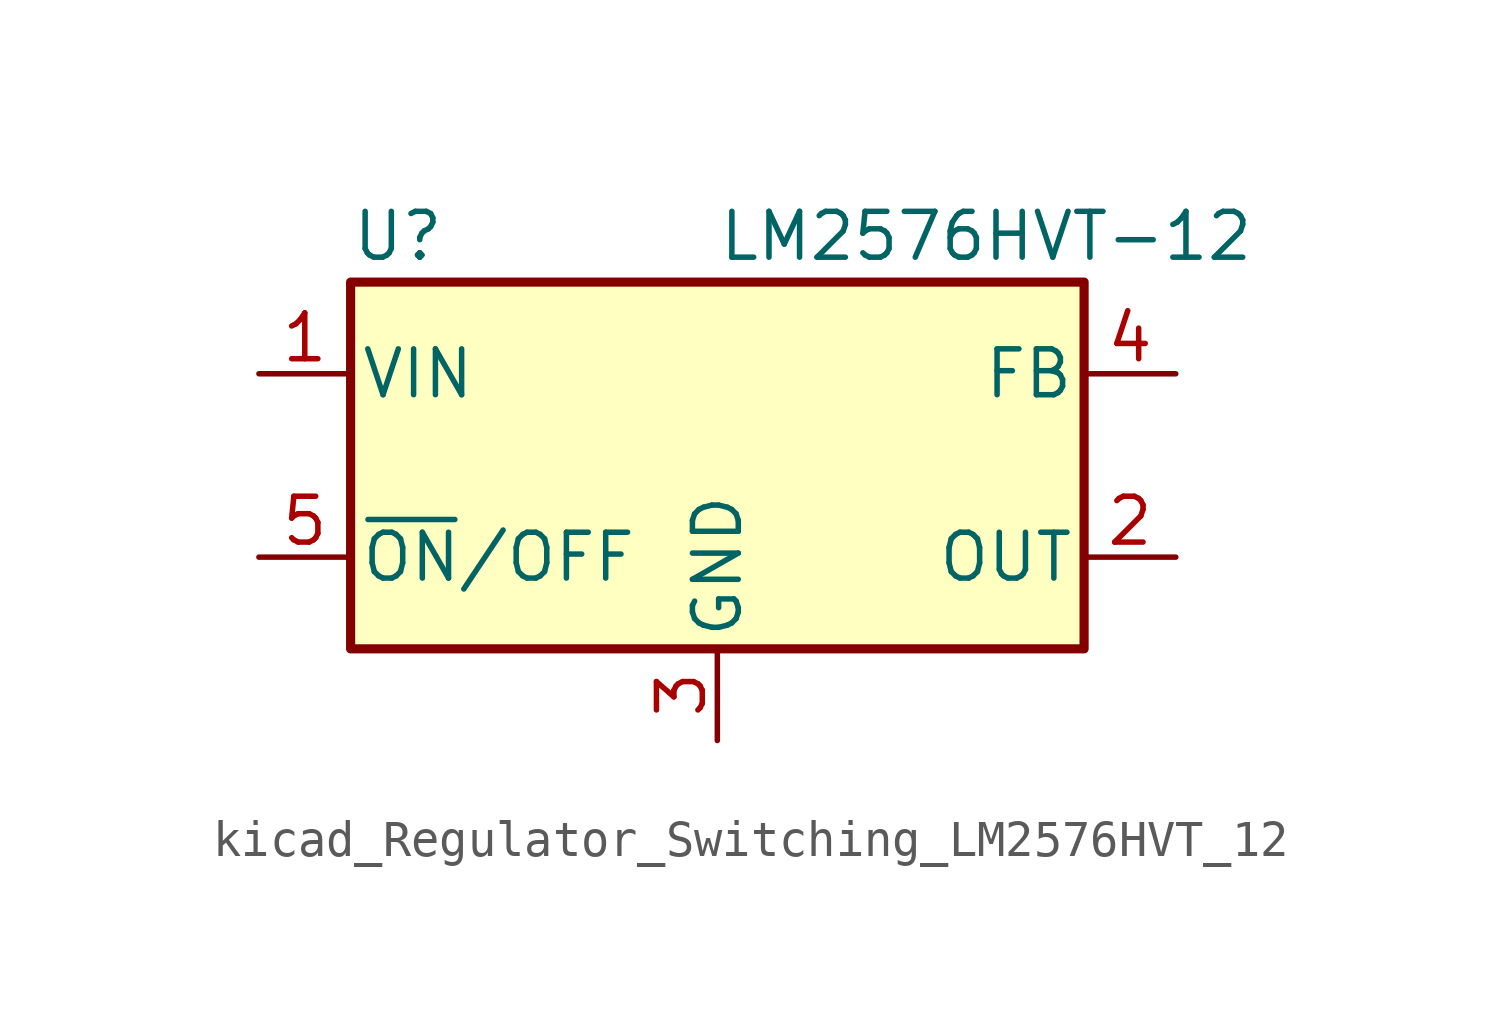
<source format=kicad_sym>
(kicad_symbol_lib
  (version 20220914)
  (generator kicad_symbol_editor)
  (symbol "kicad_Regulator_Switching_LM2576HVT_12"
    (pin_names
      (offset 0.254))
    (property "Reference" "U"
      (at -10.16 6.35 0)
      (effects (font (size 1.27 1.27)) (justify left)))
    (property "Value" "LM2576HVT-12"
      (at 0 6.35 0)
      (effects (font (size 1.27 1.27)) (justify left)))
    (symbol "kicad_Regulator_Switching_LM2576HVT_12_0_1"
      (rectangle (start -10.16 5.08) (end 10.16 -5.08) (stroke (width 0.254) (type default)) (fill (type background))))
    (symbol "kicad_Regulator_Switching_LM2576HVT_12_1_1"
      (pin power_in line (at -12.7 2.54 0) (length 2.54) (name "VIN" (effects (font (size 1.27 1.27)))) (number "1" (effects (font (size 1.27 1.27)))))
      (pin output line (at 12.7 -2.54 180) (length 2.54) (name "OUT" (effects (font (size 1.27 1.27)))) (number "2" (effects (font (size 1.27 1.27)))))
      (pin power_in line (at 0 -7.62 90) (length 2.54) (name "GND" (effects (font (size 1.27 1.27)))) (number "3" (effects (font (size 1.27 1.27)))))
      (pin input line (at 12.7 2.54 180) (length 2.54) (name "FB" (effects (font (size 1.27 1.27)))) (number "4" (effects (font (size 1.27 1.27)))))
      (pin input line (at -12.7 -2.54 0) (length 2.54) (name "~{ON}/OFF" (effects (font (size 1.27 1.27)))) (number "5" (effects (font (size 1.27 1.27))))))))
</source>
